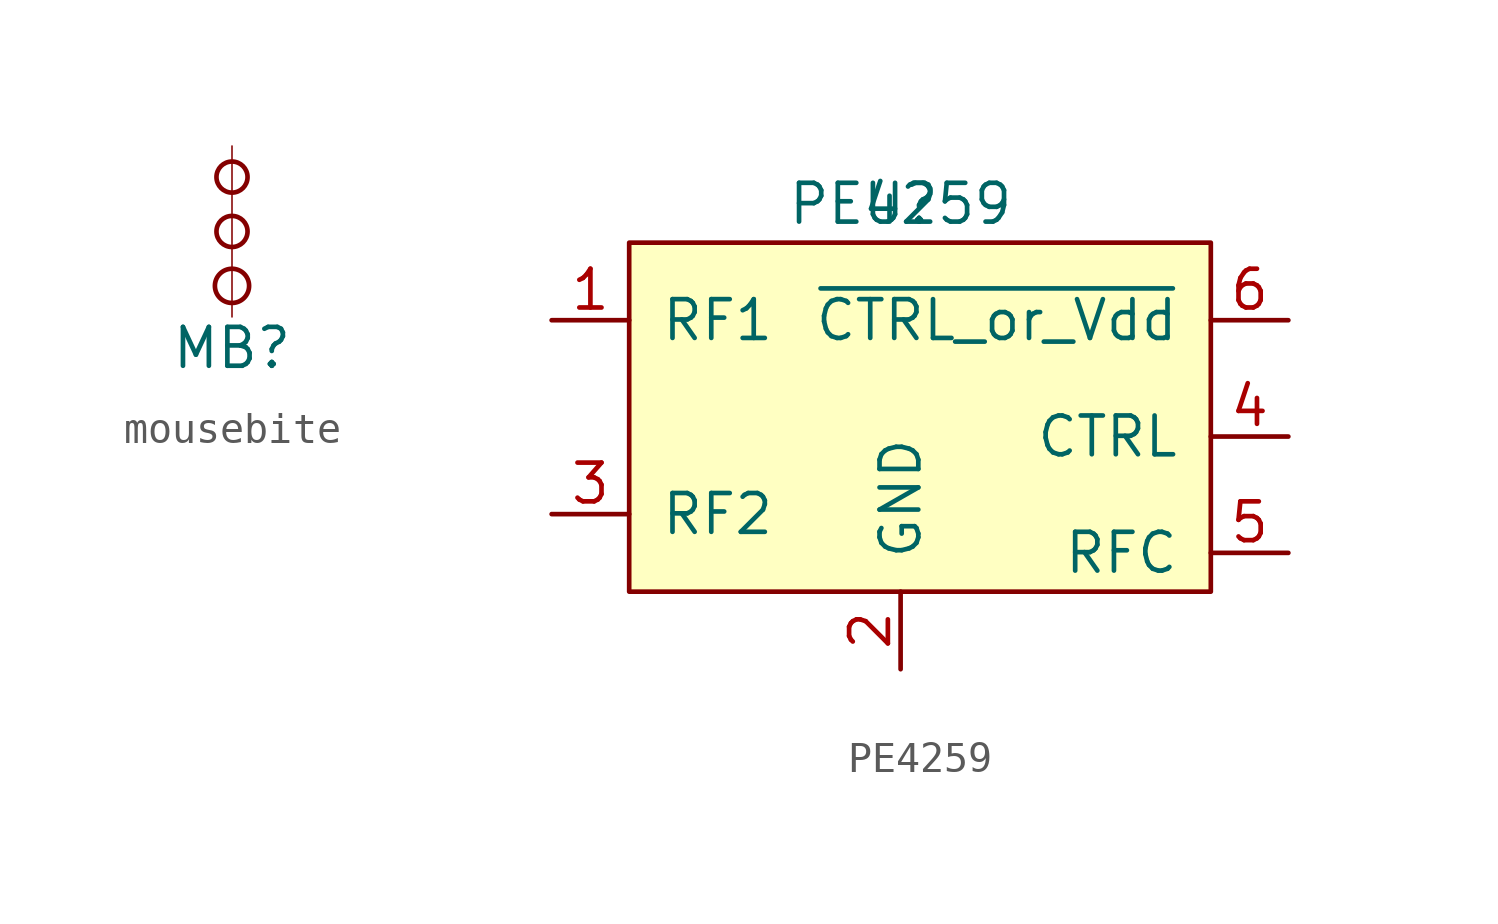
<source format=kicad_sym>
(kicad_symbol_lib
  (version 20220914)
  (generator kicad_symbol_editor)
  (symbol "mousebite"
    (pin_names
      (offset 1.016))
    (property "Reference" "MB"
      (at 0 -3.81 0)
      (effects (font (size 1.27 1.27))))
    (symbol "mousebite_0_1"
      (circle (center 0 -1.778) (radius 0.559) (stroke (width 0) (type default)) (fill (type none)))
      (polyline (pts (xy 0 2.794) (xy 0 -2.794)) (stroke (width 0.051) (type default)) (fill (type none)))
      (circle (center 0 0) (radius 0.508) (stroke (width 0) (type default)) (fill (type none)))
      (circle (center 0 1.778) (radius 0.508) (stroke (width 0) (type default)) (fill (type none)))))
  (symbol "PE4259"
    (pin_names
      (offset 1.016))
    (property "Reference" "U"
      (at 0 6.35 0)
      (effects (font (size 1.27 1.27))))
    (property "Value" "PE4259"
      (at 0 6.35 0)
      (effects (font (size 1.27 1.27))))
    (symbol "PE4259_0_1"
      (rectangle (start -8.89 5.08) (end 10.16 -6.35) (stroke (width 0) (type default)) (fill (type background))))
    (symbol "PE4259_1_1"
      (pin bidirectional line (at -11.43 2.54 0) (length 2.54) (name "RF1" (effects (font (size 1.27 1.27)))) (number "1" (effects (font (size 1.27 1.27)))))
      (pin power_in line (at 0 -8.89 90) (length 2.54) (name "GND" (effects (font (size 1.27 1.27)))) (number "2" (effects (font (size 1.27 1.27)))))
      (pin bidirectional line (at -11.43 -3.81 0) (length 2.54) (name "RF2" (effects (font (size 1.27 1.27)))) (number "3" (effects (font (size 1.27 1.27)))))
      (pin input line (at 12.7 -1.27 180) (length 2.54) (name "CTRL" (effects (font (size 1.27 1.27)))) (number "4" (effects (font (size 1.27 1.27)))))
      (pin bidirectional line (at 12.7 -5.08 180) (length 2.54) (name "RFC" (effects (font (size 1.27 1.27)))) (number "5" (effects (font (size 1.27 1.27)))))
      (pin input line (at 12.7 2.54 180) (length 2.54) (name "~{CTRL_or_Vdd}" (effects (font (size 1.27 1.27)))) (number "6" (effects (font (size 1.27 1.27))))))))
</source>
